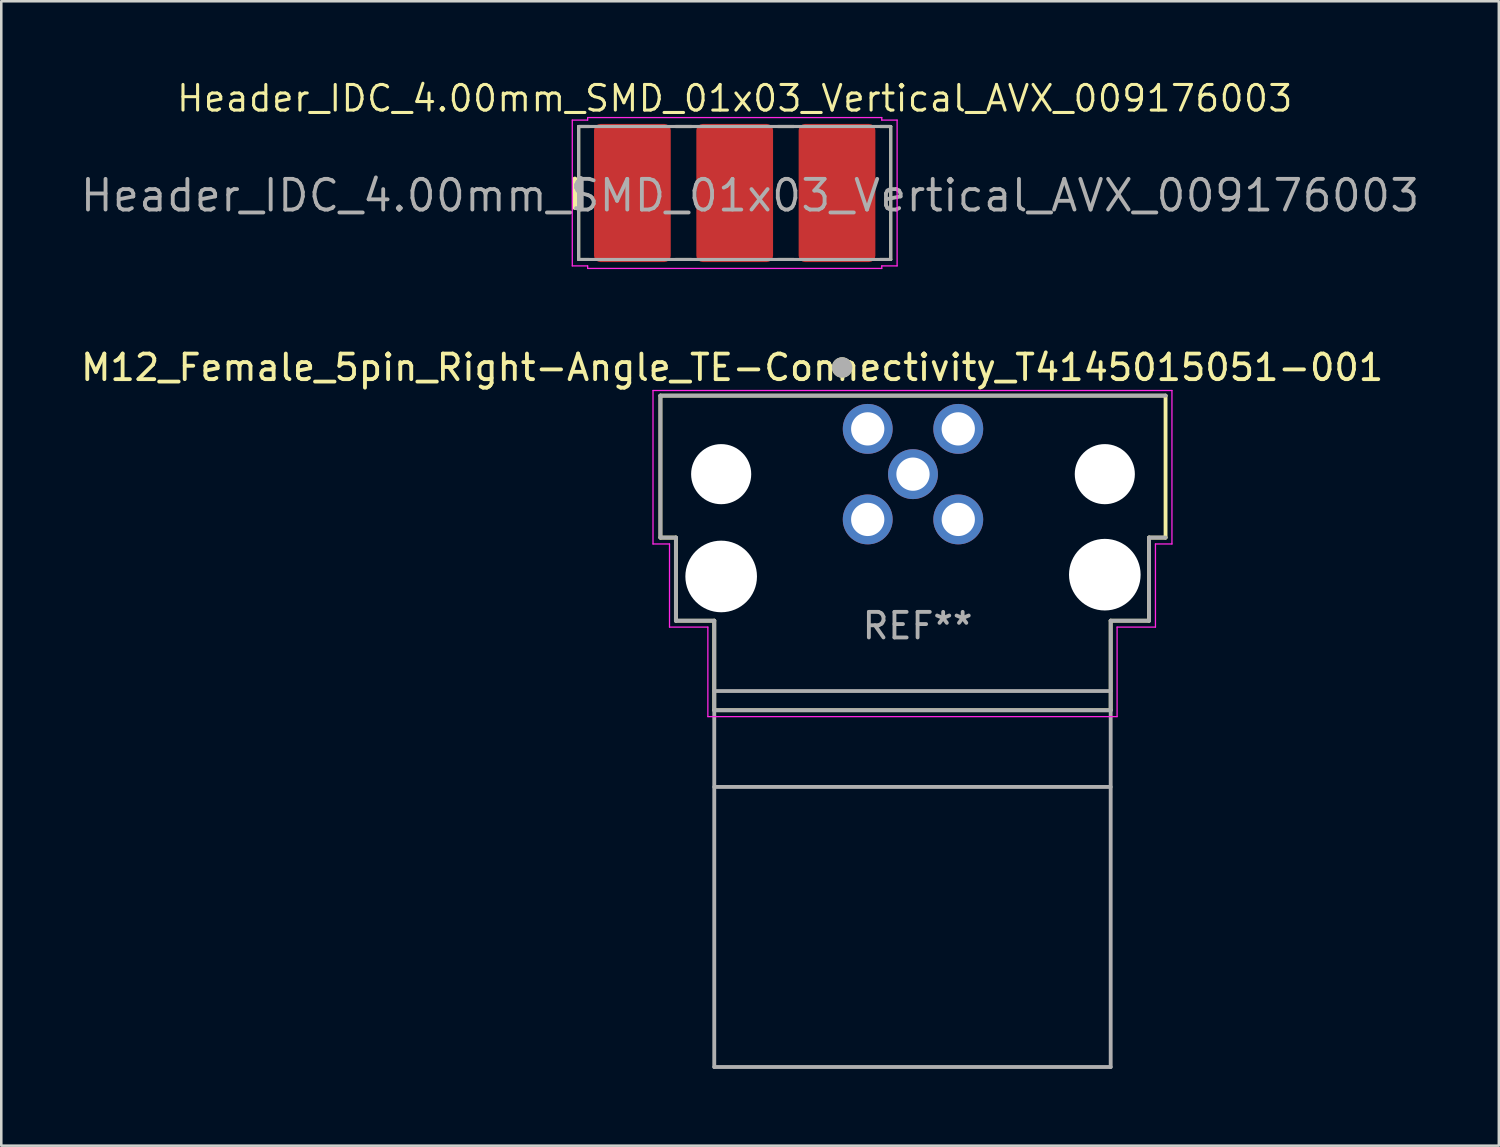
<source format=kicad_pcb>
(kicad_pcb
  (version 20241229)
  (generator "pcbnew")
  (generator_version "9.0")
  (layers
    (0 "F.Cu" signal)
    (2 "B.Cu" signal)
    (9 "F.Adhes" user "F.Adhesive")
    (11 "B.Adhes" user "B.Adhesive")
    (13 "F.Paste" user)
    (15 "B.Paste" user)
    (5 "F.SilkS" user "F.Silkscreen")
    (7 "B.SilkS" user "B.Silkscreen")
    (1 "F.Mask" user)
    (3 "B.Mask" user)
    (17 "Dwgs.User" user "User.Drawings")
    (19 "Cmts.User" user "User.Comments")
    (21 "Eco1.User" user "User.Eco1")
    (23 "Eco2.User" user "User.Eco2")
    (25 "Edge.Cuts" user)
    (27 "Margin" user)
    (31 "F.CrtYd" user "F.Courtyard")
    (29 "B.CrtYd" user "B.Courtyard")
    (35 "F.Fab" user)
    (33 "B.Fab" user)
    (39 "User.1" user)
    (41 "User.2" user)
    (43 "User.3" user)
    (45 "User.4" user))
  (footprint "Header_IDC_4.00mm_SMD_01x03_Vertical_AVX_009176003"
    (layer "F.Cu")
    (at 25.676 4.496)
    (property "Reference" "Header_IDC_4.00mm_SMD_01x03_Vertical_AVX_009176003" (at 0 -3.7 0) (layer "F.SilkS") (effects (font (size 1 1) (thickness 0.12))))
    (attr smd)
    (fp_line (start -6.25 -0.54) (end -6.25 0.56) (stroke (width 0.2) (type solid)) (layer "F.SilkS"))
    (fp_line (start -6.1 -2.6) (end -5.68 -2.6) (stroke (width 0.12) (type solid)) (layer "F.SilkS"))
    (fp_line (start -6.1 2.6) (end -6.1 -2.6) (stroke (width 0.12) (type solid)) (layer "F.SilkS"))
    (fp_line (start -5.68 2.6) (end -6.1 2.6) (stroke (width 0.12) (type solid)) (layer "F.SilkS"))
    (fp_line (start -2.32 -2.6) (end -1.68 -2.6) (stroke (width 0.12) (type solid)) (layer "F.SilkS"))
    (fp_line (start -1.68 2.6) (end -2.32 2.6) (stroke (width 0.12) (type solid)) (layer "F.SilkS"))
    (fp_line (start 1.68 -2.6) (end 2.32 -2.6) (stroke (width 0.12) (type solid)) (layer "F.SilkS"))
    (fp_line (start 2.32 2.6) (end 1.68 2.6) (stroke (width 0.12) (type solid)) (layer "F.SilkS"))
    (fp_line (start 5.68 -2.6) (end 6.1 -2.6) (stroke (width 0.12) (type solid)) (layer "F.SilkS"))
    (fp_line (start 6.1 -2.6) (end 6.1 2.6) (stroke (width 0.12) (type solid)) (layer "F.SilkS"))
    (fp_line (start 6.1 2.6) (end 5.68 2.6) (stroke (width 0.12) (type solid)) (layer "F.SilkS"))
    (fp_line (start -6.35 -2.85) (end -6.35 2.85) (stroke (width 0.05) (type solid)) (layer "F.CrtYd"))
    (fp_line (start -6.35 2.85) (end -5.75 2.85) (stroke (width 0.05) (type solid)) (layer "F.CrtYd"))
    (fp_line (start -5.75 -2.95) (end -5.75 -2.85) (stroke (width 0.05) (type solid)) (layer "F.CrtYd"))
    (fp_line (start -5.75 -2.85) (end -6.35 -2.85) (stroke (width 0.05) (type solid)) (layer "F.CrtYd"))
    (fp_line (start -5.75 2.85) (end -5.75 2.95) (stroke (width 0.05) (type solid)) (layer "F.CrtYd"))
    (fp_line (start -5.75 2.95) (end 5.75 2.95) (stroke (width 0.05) (type solid)) (layer "F.CrtYd"))
    (fp_line (start 5.75 -2.95) (end -5.75 -2.95) (stroke (width 0.05) (type solid)) (layer "F.CrtYd"))
    (fp_line (start 5.75 -2.85) (end 5.75 -2.95) (stroke (width 0.05) (type solid)) (layer "F.CrtYd"))
    (fp_line (start 5.75 2.85) (end 6.35 2.85) (stroke (width 0.05) (type solid)) (layer "F.CrtYd"))
    (fp_line (start 5.75 2.95) (end 5.75 2.85) (stroke (width 0.05) (type solid)) (layer "F.CrtYd"))
    (fp_line (start 6.35 -2.85) (end 5.75 -2.85) (stroke (width 0.05) (type solid)) (layer "F.CrtYd"))
    (fp_line (start 6.35 2.85) (end 6.35 -2.85) (stroke (width 0.05) (type solid)) (layer "F.CrtYd"))
    (fp_line (start -6.1 -2.6) (end 6.1 -2.6) (stroke (width 0.12) (type solid)) (layer "F.Fab"))
    (fp_line (start -6.1 2.6) (end -6.1 -2.6) (stroke (width 0.12) (type solid)) (layer "F.Fab"))
    (fp_line (start -6.03 -0.54) (end -6.03 0.56) (stroke (width 0.25) (type solid)) (layer "F.Fab"))
    (fp_line (start 6.1 -2.6) (end 6.1 2.6) (stroke (width 0.12) (type solid)) (layer "F.Fab"))
    (fp_line (start 6.1 2.6) (end -6.1 2.6) (stroke (width 0.12) (type solid)) (layer "F.Fab"))
    (fp_text user "${REFERENCE}" (at 0.6 0.1 0) (layer "F.Fab") (effects (font (size 1.2 1.2) (thickness 0.15))))
    (pad "1" smd roundrect (at -4 0) (size 3 5.4) (layers "F.Cu" "F.Mask" "F.Paste") (roundrect_rratio 0.083))
    (pad "2" smd roundrect (at 0 0) (size 3 5.4) (layers "F.Cu" "F.Mask" "F.Paste") (roundrect_rratio 0.083))
    (pad "3" smd roundrect (at 4 0) (size 3 5.4) (layers "F.Cu" "F.Mask" "F.Paste") (roundrect_rratio 0.083)))
  (footprint "M12_Female_5pin_Right-Angle_TE-Connectivity_T4145015051-001"
    (layer "F.Cu")
    (at 30.877 13.719)
    (property "Reference" "M12_Female_5pin_Right-Angle_TE-Connectivity_T4145015051-001" (at -5.3 -2.4 0) (layer "F.SilkS") (effects (font (size 1 1) (thickness 0.15))))
    (attr through_hole)
    (fp_line (start -8.105 -1.3) (end -8.105 4.25) (stroke (width 0.15) (type solid)) (layer "F.SilkS"))
    (fp_line (start -8.105 -1.3) (end 11.645 -1.3) (stroke (width 0.15) (type solid)) (layer "F.SilkS"))
    (fp_line (start -8.105 4.25) (end -7.5 4.25) (stroke (width 0.15) (type solid)) (layer "F.SilkS"))
    (fp_line (start -7.5 4.25) (end -7.5 7.5) (stroke (width 0.15) (type solid)) (layer "F.SilkS"))
    (fp_line (start -6 7.5) (end -7.5 7.5) (stroke (width 0.15) (type solid)) (layer "F.SilkS"))
    (fp_line (start -6 7.5) (end -6 11) (stroke (width 0.15) (type solid)) (layer "F.SilkS"))
    (fp_line (start -6 11) (end 9.5 11) (stroke (width 0.15) (type solid)) (layer "F.SilkS"))
    (fp_line (start 9.5 7.5) (end 9.5 11) (stroke (width 0.15) (type solid)) (layer "F.SilkS"))
    (fp_line (start 9.5 7.5) (end 11 7.5) (stroke (width 0.15) (type solid)) (layer "F.SilkS"))
    (fp_line (start 11 4.25) (end 11 7.5) (stroke (width 0.15) (type solid)) (layer "F.SilkS"))
    (fp_line (start 11 4.25) (end 11.645 4.25) (stroke (width 0.15) (type solid)) (layer "F.SilkS"))
    (fp_line (start 11.645 -1.3) (end 11.645 4.25) (stroke (width 0.15) (type solid)) (layer "F.SilkS"))
    (fp_circle (center -1 -2.4) (end -0.8 -2.4) (stroke (width 0.4) (type solid)) (fill no) (layer "F.SilkS"))
    (fp_line (start -8.395 -1.5) (end -8.395 4.5) (stroke (width 0.05) (type solid)) (layer "F.CrtYd"))
    (fp_line (start -8.395 -1.5) (end 11.895 -1.5) (stroke (width 0.05) (type solid)) (layer "F.CrtYd"))
    (fp_line (start -7.75 4.5) (end -8.395 4.5) (stroke (width 0.05) (type solid)) (layer "F.CrtYd"))
    (fp_line (start -7.75 7.75) (end -7.75 4.5) (stroke (width 0.05) (type solid)) (layer "F.CrtYd"))
    (fp_line (start -7.75 7.75) (end -6.25 7.75) (stroke (width 0.05) (type solid)) (layer "F.CrtYd"))
    (fp_line (start -6.25 7.75) (end -6.25 11.25) (stroke (width 0.05) (type solid)) (layer "F.CrtYd"))
    (fp_line (start -6.25 11.25) (end 9.75 11.25) (stroke (width 0.05) (type solid)) (layer "F.CrtYd"))
    (fp_line (start 9.75 7.75) (end 9.75 11.25) (stroke (width 0.05) (type solid)) (layer "F.CrtYd"))
    (fp_line (start 11.25 4.5) (end 11.895 4.5) (stroke (width 0.05) (type solid)) (layer "F.CrtYd"))
    (fp_line (start 11.25 7.75) (end 9.75 7.75) (stroke (width 0.05) (type solid)) (layer "F.CrtYd"))
    (fp_line (start 11.25 7.75) (end 11.25 4.5) (stroke (width 0.05) (type solid)) (layer "F.CrtYd"))
    (fp_line (start 11.895 -1.5) (end 11.895 4.5) (stroke (width 0.05) (type solid)) (layer "F.CrtYd"))
    (fp_line (start -8.105 -1.3) (end -8.105 4.25) (stroke (width 0.15) (type solid)) (layer "F.Fab"))
    (fp_line (start -8.105 -1.3) (end 11.645 -1.3) (stroke (width 0.15) (type solid)) (layer "F.Fab"))
    (fp_line (start -8.105 4.25) (end -7.5 4.25) (stroke (width 0.15) (type solid)) (layer "F.Fab"))
    (fp_line (start -7.5 4.25) (end -7.5 7.5) (stroke (width 0.15) (type solid)) (layer "F.Fab"))
    (fp_line (start -6 7.5) (end -7.5 7.5) (stroke (width 0.15) (type solid)) (layer "F.Fab"))
    (fp_line (start -6 7.5) (end -6 24.95) (stroke (width 0.15) (type solid)) (layer "F.Fab"))
    (fp_line (start -6 10.25) (end 9.5 10.25) (stroke (width 0.15) (type solid)) (layer "F.Fab"))
    (fp_line (start -6 11) (end 9.5 11) (stroke (width 0.15) (type solid)) (layer "F.Fab"))
    (fp_line (start -6 14) (end 9.5 14) (stroke (width 0.15) (type solid)) (layer "F.Fab"))
    (fp_line (start -6 24.95) (end 9.5 24.95) (stroke (width 0.15) (type solid)) (layer "F.Fab"))
    (fp_line (start 9.5 7.5) (end 9.5 24.95) (stroke (width 0.15) (type solid)) (layer "F.Fab"))
    (fp_line (start 9.5 7.5) (end 11 7.5) (stroke (width 0.15) (type solid)) (layer "F.Fab"))
    (fp_line (start 11 4.25) (end 11 7.5) (stroke (width 0.15) (type solid)) (layer "F.Fab"))
    (fp_line (start 11 4.25) (end 11.645 4.25) (stroke (width 0.15) (type solid)) (layer "F.Fab"))
    (fp_circle (center -1 -2.4) (end -0.8 -2.4) (stroke (width 0.4) (type solid)) (fill no) (layer "F.Fab"))
    (fp_text user "REF**" (at 1.95 7.7 0) (layer "F.Fab") (effects (font (size 1 1) (thickness 0.15))))
    (pad "" np_thru_hole circle (at -5.73 1.77) (size 2.35 2.35) (drill 2.35) (layers "*.Cu" "*.Mask"))
    (pad "" np_thru_hole circle (at -5.73 5.77) (size 2.8 2.8) (drill 2.8) (layers "*.Cu" "*.Mask"))
    (pad "" np_thru_hole circle (at 9.27 1.77) (size 2.35 2.35) (drill 2.35) (layers "*.Cu" "*.Mask"))
    (pad "" np_thru_hole circle (at 9.27 5.7) (size 2.8 2.8) (drill 2.8) (layers "*.Cu" "*.Mask"))
    (pad "1" thru_hole circle (at 0 0) (size 1.95 1.95) (drill 1.3) (layers "*.Cu" "*.Mask"))
    (pad "2" thru_hole circle (at 3.54 0) (size 1.95 1.95) (drill 1.3) (layers "*.Cu" "*.Mask"))
    (pad "3" thru_hole circle (at 1.77 1.77) (size 1.95 1.95) (drill 1.3) (layers "*.Cu" "*.Mask"))
    (pad "4" thru_hole circle (at 0 3.54) (size 1.95 1.95) (drill 1.3) (layers "*.Cu" "*.Mask"))
    (pad "5" thru_hole circle (at 3.54 3.54) (size 1.95 1.95) (drill 1.3) (layers "*.Cu" "*.Mask")))
  (gr_rect
    (start -3 -3)
    (end 55.553 41.744)
    (stroke (width 0.1) (type default))
    (fill no)
    (layer "Edge.Cuts")))
</source>
